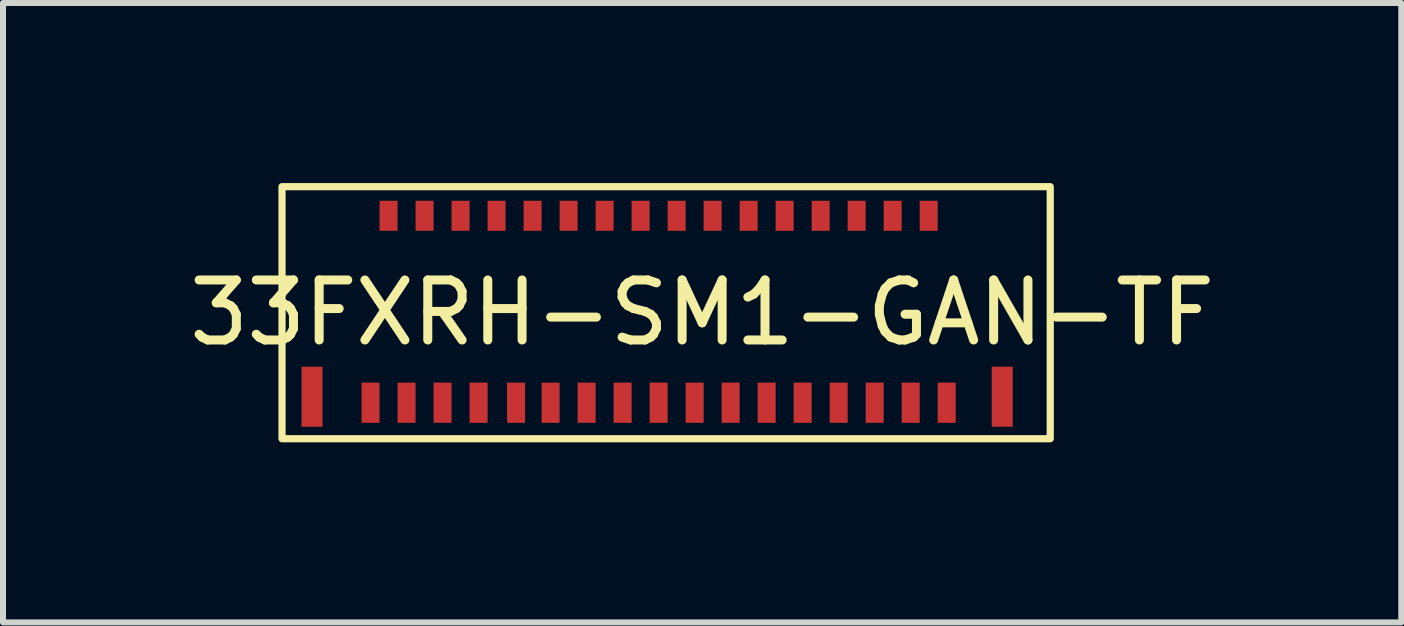
<source format=kicad_pcb>
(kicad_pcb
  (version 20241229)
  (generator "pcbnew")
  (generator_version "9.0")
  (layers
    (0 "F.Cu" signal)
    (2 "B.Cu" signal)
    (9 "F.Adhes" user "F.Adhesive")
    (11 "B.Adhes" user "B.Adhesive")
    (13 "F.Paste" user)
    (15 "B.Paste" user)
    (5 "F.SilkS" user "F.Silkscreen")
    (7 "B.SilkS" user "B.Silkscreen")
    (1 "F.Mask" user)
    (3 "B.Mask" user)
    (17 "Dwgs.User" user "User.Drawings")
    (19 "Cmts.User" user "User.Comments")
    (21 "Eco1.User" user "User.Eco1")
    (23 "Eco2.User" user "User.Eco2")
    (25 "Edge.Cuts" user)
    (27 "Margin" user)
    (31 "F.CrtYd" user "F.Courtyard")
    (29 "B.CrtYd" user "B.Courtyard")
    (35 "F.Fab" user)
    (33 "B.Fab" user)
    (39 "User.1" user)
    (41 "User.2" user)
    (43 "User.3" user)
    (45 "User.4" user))
  (footprint "33FXRH-SM1-GAN-TF"
    (layer "F.Cu")
    (at 2.149 3.66)
    (property "Reference" "33FXRH-SM1-GAN-TF" (at 6.5 -1.5 0) (unlocked yes) (layer "F.SilkS") (effects (font (size 1 1) (thickness 0.15))))
    (attr smd)
    (fp_rect (start -0.5 -3.6) (end 12.3 0.6) (stroke (width 0.12) (type default)) (fill no) (layer "F.SilkS"))
    (pad "1" smd rect (at 0.975 0) (size 0.3 0.67) (layers "F.Cu" "F.Mask" "F.Paste"))
    (pad "2" smd rect (at 1.275 -3.115) (size 0.3 0.5) (layers "F.Cu" "F.Mask" "F.Paste"))
    (pad "3" smd rect (at 1.575 0) (size 0.3 0.67) (layers "F.Cu" "F.Mask" "F.Paste"))
    (pad "4" smd rect (at 1.875 -3.115) (size 0.3 0.5) (layers "F.Cu" "F.Mask" "F.Paste"))
    (pad "5" smd rect (at 2.175 0) (size 0.3 0.67) (layers "F.Cu" "F.Mask" "F.Paste"))
    (pad "6" smd rect (at 2.475 -3.115) (size 0.3 0.5) (layers "F.Cu" "F.Mask" "F.Paste"))
    (pad "7" smd rect (at 2.775 0) (size 0.3 0.67) (layers "F.Cu" "F.Mask" "F.Paste"))
    (pad "8" smd rect (at 3.075 -3.115) (size 0.3 0.5) (layers "F.Cu" "F.Mask" "F.Paste"))
    (pad "9" smd rect (at 3.4 0) (size 0.3 0.67) (layers "F.Cu" "F.Mask" "F.Paste"))
    (pad "10" smd rect (at 3.675 -3.115) (size 0.3 0.5) (layers "F.Cu" "F.Mask" "F.Paste"))
    (pad "11" smd rect (at 3.975 0) (size 0.3 0.67) (layers "F.Cu" "F.Mask" "F.Paste"))
    (pad "12" smd rect (at 4.275 -3.115) (size 0.3 0.5) (layers "F.Cu" "F.Mask" "F.Paste"))
    (pad "13" smd rect (at 4.575 0) (size 0.3 0.67) (layers "F.Cu" "F.Mask" "F.Paste"))
    (pad "14" smd rect (at 4.875 -3.115) (size 0.3 0.5) (layers "F.Cu" "F.Mask" "F.Paste"))
    (pad "15" smd rect (at 5.175 0) (size 0.3 0.67) (layers "F.Cu" "F.Mask" "F.Paste"))
    (pad "16" smd rect (at 5.475 -3.115) (size 0.3 0.5) (layers "F.Cu" "F.Mask" "F.Paste"))
    (pad "17" smd rect (at 5.775 0) (size 0.3 0.67) (layers "F.Cu" "F.Mask" "F.Paste"))
    (pad "18" smd rect (at 6.075 -3.115) (size 0.3 0.5) (layers "F.Cu" "F.Mask" "F.Paste"))
    (pad "19" smd rect (at 6.375 0) (size 0.3 0.67) (layers "F.Cu" "F.Mask" "F.Paste"))
    (pad "20" smd rect (at 6.675 -3.115) (size 0.3 0.5) (layers "F.Cu" "F.Mask" "F.Paste"))
    (pad "21" smd rect (at 6.975 0) (size 0.3 0.67) (layers "F.Cu" "F.Mask" "F.Paste"))
    (pad "22" smd rect (at 7.275 -3.115) (size 0.3 0.5) (layers "F.Cu" "F.Mask" "F.Paste"))
    (pad "23" smd rect (at 7.575 0) (size 0.3 0.67) (layers "F.Cu" "F.Mask" "F.Paste"))
    (pad "24" smd rect (at 7.875 -3.115) (size 0.3 0.5) (layers "F.Cu" "F.Mask" "F.Paste"))
    (pad "25" smd rect (at 8.175 0) (size 0.3 0.67) (layers "F.Cu" "F.Mask" "F.Paste"))
    (pad "26" smd rect (at 8.475 -3.115) (size 0.3 0.5) (layers "F.Cu" "F.Mask" "F.Paste"))
    (pad "27" smd rect (at 8.775 0) (size 0.3 0.67) (layers "F.Cu" "F.Mask" "F.Paste"))
    (pad "28" smd rect (at 9.075 -3.115) (size 0.3 0.5) (layers "F.Cu" "F.Mask" "F.Paste"))
    (pad "29" smd rect (at 9.375 0) (size 0.3 0.67) (layers "F.Cu" "F.Mask" "F.Paste"))
    (pad "30" smd rect (at 9.675 -3.115) (size 0.3 0.5) (layers "F.Cu" "F.Mask" "F.Paste"))
    (pad "31" smd rect (at 9.975 0) (size 0.3 0.67) (layers "F.Cu" "F.Mask" "F.Paste"))
    (pad "32" smd rect (at 10.275 -3.115) (size 0.3 0.5) (layers "F.Cu" "F.Mask" "F.Paste"))
    (pad "33" smd rect (at 10.575 0) (size 0.3 0.67) (layers "F.Cu" "F.Mask" "F.Paste"))
    (pad "35" smd rect (at 0 -0.1) (size 0.35 1) (layers "F.Cu" "F.Mask" "F.Paste"))
    (pad "36" smd rect (at 11.5 -0.1) (size 0.35 1) (layers "F.Cu" "F.Mask" "F.Paste")))
  (gr_rect
    (start -3 -3)
    (end 20.298 7.32)
    (stroke (width 0.1) (type default))
    (fill no)
    (layer "Edge.Cuts")))
</source>
